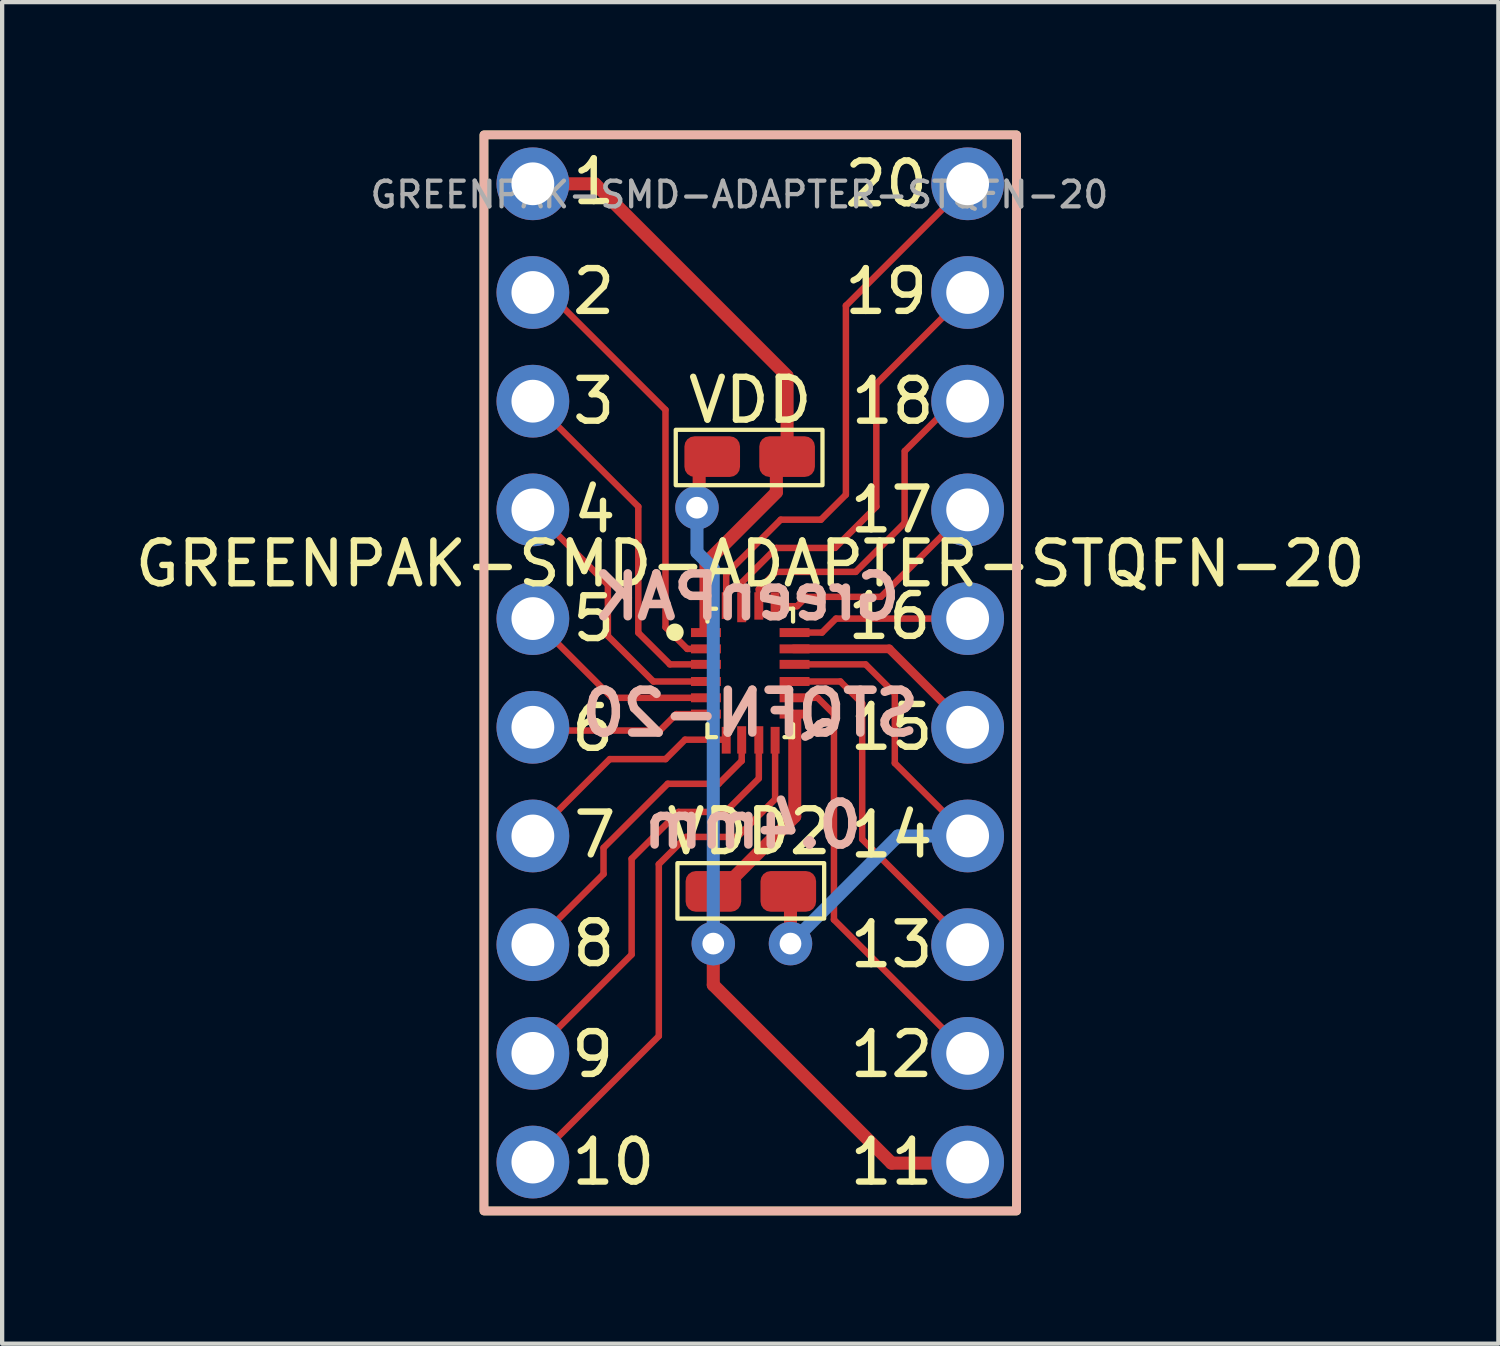
<source format=kicad_pcb>
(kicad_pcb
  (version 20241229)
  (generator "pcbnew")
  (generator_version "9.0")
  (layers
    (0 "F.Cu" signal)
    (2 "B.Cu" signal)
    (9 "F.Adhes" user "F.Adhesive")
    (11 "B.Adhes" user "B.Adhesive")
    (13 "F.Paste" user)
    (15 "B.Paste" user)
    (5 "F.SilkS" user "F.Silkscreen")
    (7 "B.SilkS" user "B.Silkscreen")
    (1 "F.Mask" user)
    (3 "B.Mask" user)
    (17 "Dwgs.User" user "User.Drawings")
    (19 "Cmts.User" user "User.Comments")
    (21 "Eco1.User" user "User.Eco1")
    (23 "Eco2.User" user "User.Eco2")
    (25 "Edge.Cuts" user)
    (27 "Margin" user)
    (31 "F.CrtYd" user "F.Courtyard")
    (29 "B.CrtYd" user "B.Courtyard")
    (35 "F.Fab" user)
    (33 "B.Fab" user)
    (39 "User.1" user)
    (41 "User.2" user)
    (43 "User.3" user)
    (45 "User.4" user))
  (footprint "GREENPAK-SMD-ADAPTER-STQFN-20"
    (layer "F.Cu")
    (at 14.482 12.675)
    (property "Reference" "GREENPAK-SMD-ADAPTER-STQFN-20" (at 0 -2.55 0) (layer "F.SilkS") (effects (font (size 1 1) (thickness 0.15))))
    (attr smd)
    (fp_line (start -5.08 -11.43) (end -3.632 -11.43) (stroke (width 0.305) (type default)) (layer "F.Cu"))
    (fp_line (start -5.08 -6.35) (end -2.617 -3.887) (stroke (width 0.152) (type default)) (layer "F.Cu"))
    (fp_line (start -5.08 -3.81) (end -3.329 -2.059) (stroke (width 0.152) (type default)) (layer "F.Cu"))
    (fp_line (start -5.08 -1.27) (end -3.229 0.581) (stroke (width 0.152) (type default)) (layer "F.Cu"))
    (fp_line (start -5.08 3.81) (end -3.284 2.014) (stroke (width 0.152) (type default)) (layer "F.Cu"))
    (fp_line (start -5.08 11.43) (end -2.137 8.487) (stroke (width 0.152) (type default)) (layer "F.Cu"))
    (fp_line (start -3.63 -11.43) (end 0.86 -6.94) (stroke (width 0.305) (type default)) (layer "F.Cu"))
    (fp_line (start -3.429 4.089) (end -3.429 4.699) (stroke (width 0.152) (type default)) (layer "F.Cu"))
    (fp_line (start -3.427 4.697) (end -5.08 6.35) (stroke (width 0.152) (type default)) (layer "F.Cu"))
    (fp_line (start -3.327 -0.864) (end -3.327 -2.057) (stroke (width 0.152) (type default)) (layer "F.Cu"))
    (fp_line (start -2.772 4.343) (end -2.772 6.579) (stroke (width 0.152) (type default)) (layer "F.Cu"))
    (fp_line (start -2.772 6.582) (end -5.08 8.89) (stroke (width 0.152) (type default)) (layer "F.Cu"))
    (fp_line (start -2.616 -0.94) (end -2.616 -3.886) (stroke (width 0.152) (type default)) (layer "F.Cu"))
    (fp_line (start -2.263 0.201) (end -3.328 -0.865) (stroke (width 0.152) (type default)) (layer "F.Cu"))
    (fp_line (start -2.137 4.47) (end -2.137 8.484) (stroke (width 0.152) (type default)) (layer "F.Cu"))
    (fp_line (start -2.111 1.346) (end -5.08 1.346) (stroke (width 0.152) (type default)) (layer "F.Cu"))
    (fp_line (start -1.982 -6.148) (end -4.79 -8.955) (stroke (width 0.152) (type default)) (layer "F.Cu"))
    (fp_line (start -1.981 -1.067) (end -1.981 -6.147) (stroke (width 0.152) (type default)) (layer "F.Cu"))
    (fp_line (start -1.978 2.014) (end -3.277 2.014) (stroke (width 0.152) (type default)) (layer "F.Cu"))
    (fp_line (start -1.928 2.589) (end -3.427 4.087) (stroke (width 0.152) (type default)) (layer "F.Cu"))
    (fp_line (start -1.877 -0.201) (end -2.613 -0.936) (stroke (width 0.152) (type default)) (layer "F.Cu"))
    (fp_line (start -1.727 0.962) (end -2.111 1.346) (stroke (width 0.152) (type default)) (layer "F.Cu"))
    (fp_line (start -1.676 3.248) (end -2.772 4.343) (stroke (width 0.152) (type default)) (layer "F.Cu"))
    (fp_line (start -1.524 1.56) (end -1.978 2.014) (stroke (width 0.152) (type default)) (layer "F.Cu"))
    (fp_line (start -1.499 3.832) (end -2.137 4.47) (stroke (width 0.152) (type default)) (layer "F.Cu"))
    (fp_line (start -1.473 -0.562) (end -1.979 -1.068) (stroke (width 0.152) (type default)) (layer "F.Cu"))
    (fp_line (start -1.194 -3.892) (end -1.194 -5.049) (stroke (width 0.305) (type default)) (layer "F.Cu"))
    (fp_line (start -1.04 0.962) (end -1.727 0.962) (stroke (width 0.152) (type default)) (layer "F.Cu"))
    (fp_line (start -1.035 -1.016) (end -1.035 -2.565) (stroke (width 0.305) (type default)) (layer "F.Cu"))
    (fp_line (start -1.032 -2.575) (end 0.612 -4.219) (stroke (width 0.305) (type default)) (layer "F.Cu"))
    (fp_line (start -1.015 -0.562) (end -1.473 -0.562) (stroke (width 0.152) (type default)) (layer "F.Cu"))
    (fp_line (start -1.015 -0.2) (end -1.88 -0.2) (stroke (width 0.152) (type default)) (layer "F.Cu"))
    (fp_line (start -1.015 0.2) (end -2.261 0.2) (stroke (width 0.152) (type default)) (layer "F.Cu"))
    (fp_line (start -1.015 0.581) (end -3.226 0.581) (stroke (width 0.152) (type default)) (layer "F.Cu"))
    (fp_line (start -0.864 5.258) (end -0.864 6.68) (stroke (width 0.305) (type default)) (layer "F.Cu"))
    (fp_line (start -0.864 6.325) (end -0.864 7.29) (stroke (width 0.305) (type default)) (layer "F.Cu"))
    (fp_line (start -0.864 7.29) (end 3.302 11.455) (stroke (width 0.305) (type default)) (layer "F.Cu"))
    (fp_line (start -0.737 2.591) (end -1.93 2.591) (stroke (width 0.152) (type default)) (layer "F.Cu"))
    (fp_line (start -0.584 3.248) (end -1.676 3.248) (stroke (width 0.152) (type default)) (layer "F.Cu"))
    (fp_line (start -0.562 -1.535) (end -0.562 -2.311) (stroke (width 0.152) (type default)) (layer "F.Cu"))
    (fp_line (start -0.562 1.56) (end -1.524 1.56) (stroke (width 0.152) (type default)) (layer "F.Cu"))
    (fp_line (start -0.562 -2.309) (end 0.711 -3.581) (stroke (width 0.152) (type default)) (layer "F.Cu"))
    (fp_line (start -0.305 3.832) (end -1.499 3.832) (stroke (width 0.152) (type default)) (layer "F.Cu"))
    (fp_line (start -0.2 -1.535) (end -0.2 -2.108) (stroke (width 0.152) (type default)) (layer "F.Cu"))
    (fp_line (start -0.2 1.535) (end -0.2 2.057) (stroke (width 0.152) (type default)) (layer "F.Cu"))
    (fp_line (start -0.199 2.053) (end -0.738 2.592) (stroke (width 0.152) (type default)) (layer "F.Cu"))
    (fp_line (start -0.197 -2.114) (end 0.61 -2.921) (stroke (width 0.152) (type default)) (layer "F.Cu"))
    (fp_line (start 0.198 2.469) (end -0.581 3.248) (stroke (width 0.152) (type default)) (layer "F.Cu"))
    (fp_line (start 0.198 -1.956) (end 0.604 -2.362) (stroke (width 0.152) (type default)) (layer "F.Cu"))
    (fp_line (start 0.2 -1.535) (end 0.2 -1.956) (stroke (width 0.152) (type default)) (layer "F.Cu"))
    (fp_line (start 0.2 1.535) (end 0.2 2.464) (stroke (width 0.152) (type default)) (layer "F.Cu"))
    (fp_line (start 0.581 -1.56) (end 1.092 -1.56) (stroke (width 0.152) (type default)) (layer "F.Cu"))
    (fp_line (start 0.581 1.56) (end 0.581 2.946) (stroke (width 0.152) (type default)) (layer "F.Cu"))
    (fp_line (start 0.581 2.95) (end -0.301 3.831) (stroke (width 0.152) (type default)) (layer "F.Cu"))
    (fp_line (start 0.61 -4.229) (end 0.61 -4.915) (stroke (width 0.305) (type default)) (layer "F.Cu"))
    (fp_line (start 0.61 -2.362) (end 2.464 -2.362) (stroke (width 0.152) (type default)) (layer "F.Cu"))
    (fp_line (start 0.861 -6.934) (end 0.861 -5.055) (stroke (width 0.305) (type default)) (layer "F.Cu"))
    (fp_line (start 0.94 4.902) (end 0.94 6.325) (stroke (width 0.305) (type default)) (layer "F.Cu"))
    (fp_line (start 1.015 -0.562) (end 3.251 -0.562) (stroke (width 0.203) (type default)) (layer "F.Cu"))
    (fp_line (start 1.015 -0.2) (end 2.692 -0.2) (stroke (width 0.152) (type default)) (layer "F.Cu"))
    (fp_line (start 1.015 0.2) (end 2.108 0.2) (stroke (width 0.152) (type default)) (layer "F.Cu"))
    (fp_line (start 1.015 0.581) (end 1.575 0.581) (stroke (width 0.152) (type default)) (layer "F.Cu"))
    (fp_line (start 1.035 -0.943) (end 1.676 -0.943) (stroke (width 0.152) (type default)) (layer "F.Cu"))
    (fp_line (start 1.038 3.356) (end -0.863 5.257) (stroke (width 0.305) (type default)) (layer "F.Cu"))
    (fp_line (start 1.04 1.027) (end 1.04 3.353) (stroke (width 0.305) (type default)) (layer "F.Cu"))
    (fp_line (start 1.092 -1.557) (end 1.315 -1.779) (stroke (width 0.152) (type default)) (layer "F.Cu"))
    (fp_line (start 1.321 -1.778) (end 3.048 -1.778) (stroke (width 0.152) (type default)) (layer "F.Cu"))
    (fp_line (start 1.575 0.581) (end 1.954 0.96) (stroke (width 0.152) (type default)) (layer "F.Cu"))
    (fp_line (start 1.651 -3.581) (end 2.232 -4.162) (stroke (width 0.152) (type default)) (layer "F.Cu"))
    (fp_line (start 1.651 -3.581) (end 0.711 -3.581) (stroke (width 0.152) (type default)) (layer "F.Cu"))
    (fp_line (start 1.676 -0.943) (end 2.003 -1.27) (stroke (width 0.152) (type default)) (layer "F.Cu"))
    (fp_line (start 1.956 0.965) (end 1.956 5.766) (stroke (width 0.152) (type default)) (layer "F.Cu"))
    (fp_line (start 1.981 -2.921) (end 0.61 -2.921) (stroke (width 0.152) (type default)) (layer "F.Cu"))
    (fp_line (start 1.984 -2.924) (end 2.946 -3.886) (stroke (width 0.152) (type default)) (layer "F.Cu"))
    (fp_line (start 2.007 -1.27) (end 5.08 -1.27) (stroke (width 0.152) (type default)) (layer "F.Cu"))
    (fp_line (start 2.105 0.2) (end 2.615 0.71) (stroke (width 0.152) (type default)) (layer "F.Cu"))
    (fp_line (start 2.235 -4.166) (end 2.235 -8.585) (stroke (width 0.152) (type default)) (layer "F.Cu"))
    (fp_line (start 2.464 -2.362) (end 3.607 -3.506) (stroke (width 0.152) (type default)) (layer "F.Cu"))
    (fp_line (start 2.616 0.711) (end 2.616 3.886) (stroke (width 0.152) (type default)) (layer "F.Cu"))
    (fp_line (start 2.698 -0.198) (end 3.379 0.483) (stroke (width 0.152) (type default)) (layer "F.Cu"))
    (fp_line (start 2.946 -3.886) (end 2.946 -6.756) (stroke (width 0.152) (type default)) (layer "F.Cu"))
    (fp_line (start 3.246 -0.564) (end 5.08 1.27) (stroke (width 0.203) (type default)) (layer "F.Cu"))
    (fp_line (start 3.302 11.455) (end 5.08 11.455) (stroke (width 0.305) (type default)) (layer "F.Cu"))
    (fp_line (start 3.378 0.483) (end 3.378 2.108) (stroke (width 0.152) (type default)) (layer "F.Cu"))
    (fp_line (start 3.378 2.108) (end 5.08 3.81) (stroke (width 0.152) (type default)) (layer "F.Cu"))
    (fp_line (start 3.607 -3.505) (end 3.607 -5.182) (stroke (width 0.152) (type default)) (layer "F.Cu"))
    (fp_line (start 3.615 -5.189) (end 5.08 -6.655) (stroke (width 0.152) (type default)) (layer "F.Cu"))
    (fp_line (start 5.08 -11.425) (end 2.235 -8.58) (stroke (width 0.152) (type default)) (layer "F.Cu"))
    (fp_line (start 5.08 -8.89) (end 2.95 -6.76) (stroke (width 0.152) (type default)) (layer "F.Cu"))
    (fp_line (start 5.08 -3.805) (end 3.054 -1.779) (stroke (width 0.152) (type default)) (layer "F.Cu"))
    (fp_line (start 5.08 6.35) (end 2.621 3.891) (stroke (width 0.152) (type default)) (layer "F.Cu"))
    (fp_line (start 5.08 8.89) (end 1.954 5.764) (stroke (width 0.152) (type default)) (layer "F.Cu"))
    (fp_line (start -1.245 -3.861) (end -1.245 -2.819) (stroke (width 0.305) (type default)) (layer "B.Cu"))
    (fp_line (start -1.245 -2.819) (end -0.867 -2.442) (stroke (width 0.305) (type default)) (layer "B.Cu"))
    (fp_line (start -0.864 6.68) (end -0.864 -2.438) (stroke (width 0.305) (type default)) (layer "B.Cu"))
    (fp_line (start 0.94 6.325) (end 3.454 3.81) (stroke (width 0.305) (type default)) (layer "B.Cu"))
    (fp_line (start 5.08 3.81) (end 3.454 3.81) (stroke (width 0.305) (type default)) (layer "B.Cu"))
    (fp_line (start -1 -1.5) (end -1 -1.2) (stroke (width 0.1) (type default)) (layer "F.SilkS"))
    (fp_line (start -1 -1.5) (end -0.8 -1.5) (stroke (width 0.1) (type default)) (layer "F.SilkS"))
    (fp_line (start -1 1.2) (end -1 1.5) (stroke (width 0.1) (type default)) (layer "F.SilkS"))
    (fp_line (start -1 1.5) (end -0.8 1.5) (stroke (width 0.1) (type default)) (layer "F.SilkS"))
    (fp_line (start 0.8 -1.5) (end 1 -1.5) (stroke (width 0.1) (type default)) (layer "F.SilkS"))
    (fp_line (start 0.8 1.5) (end 1 1.5) (stroke (width 0.1) (type default)) (layer "F.SilkS"))
    (fp_line (start 1 -1.5) (end 1 -1.2) (stroke (width 0.1) (type default)) (layer "F.SilkS"))
    (fp_line (start 1 1.5) (end 1 1.2) (stroke (width 0.1) (type default)) (layer "F.SilkS"))
    (fp_rect (start -6.223 -12.573) (end 6.223 12.573) (stroke (width 0.203) (type solid)) (fill no) (layer "F.SilkS"))
    (fp_rect (start 1.688 -4.387) (end -1.741 -5.682) (stroke (width 0.1) (type default)) (fill no) (layer "F.SilkS"))
    (fp_rect (start 1.727 5.74) (end -1.702 4.445) (stroke (width 0.1) (type default)) (fill no) (layer "F.SilkS"))
    (fp_circle (center -1.76 -0.95) (end -1.56 -0.95) (stroke (width 0.01) (type solid)) (fill yes) (layer "F.SilkS"))
    (fp_rect (start -6.223 -12.573) (end 6.223 12.573) (stroke (width 0.203) (type solid)) (fill no) (layer "B.SilkS"))
    (fp_text user "20" (at 3.175 -11.43 0) (unlocked yes) (layer "F.SilkS") (effects (font (size 1 1) (thickness 0.15))))
    (fp_text user "19" (at 3.175 -8.915 0) (unlocked yes) (layer "F.SilkS") (effects (font (size 1 1) (thickness 0.15))))
    (fp_text user "12" (at 3.302 8.915 0) (unlocked yes) (layer "F.SilkS") (effects (font (size 1 1) (thickness 0.15))))
    (fp_text user "VDD" (at 0 -6.375 0) (unlocked yes) (layer "F.SilkS") (effects (font (size 1 1) (thickness 0.15))))
    (fp_text user "17" (at 3.302 -3.81 0) (unlocked yes) (layer "F.SilkS") (effects (font (size 1 1) (thickness 0.15))))
    (fp_text user "10" (at -3.2 11.43 0) (unlocked yes) (layer "F.SilkS") (effects (font (size 1 1) (thickness 0.15))))
    (fp_text user "3" (at -3.658 -6.35 0) (unlocked yes) (layer "F.SilkS") (effects (font (size 1 1) (thickness 0.15))))
    (fp_text user "5" (at -3.658 -1.27 0) (unlocked yes) (layer "F.SilkS") (effects (font (size 1 1) (thickness 0.15))))
    (fp_text user "9" (at -3.683 8.915 0) (unlocked yes) (layer "F.SilkS") (effects (font (size 1 1) (thickness 0.15))))
    (fp_text user "VDD2" (at -0.025 3.708 0) (unlocked yes) (layer "F.SilkS") (effects (font (size 1 1) (thickness 0.15))))
    (fp_text user "14" (at 3.302 3.785 0) (unlocked yes) (layer "F.SilkS") (effects (font (size 1 1) (thickness 0.15))))
    (fp_text user "13" (at 3.302 6.35 0) (unlocked yes) (layer "F.SilkS") (effects (font (size 1 1) (thickness 0.15))))
    (fp_text user "7" (at -3.632 3.785 0) (unlocked yes) (layer "F.SilkS") (effects (font (size 1 1) (thickness 0.15))))
    (fp_text user "11" (at 3.302 11.43 0) (unlocked yes) (layer "F.SilkS") (effects (font (size 1 1) (thickness 0.15))))
    (fp_text user "18" (at 3.327 -6.35 0) (unlocked yes) (layer "F.SilkS") (effects (font (size 1 1) (thickness 0.15))))
    (fp_text user "6" (at -3.683 1.295 0) (unlocked yes) (layer "F.SilkS") (effects (font (size 1 1) (thickness 0.15))))
    (fp_text user "1" (at -3.658 -11.481 0) (unlocked yes) (layer "F.SilkS") (effects (font (size 1 1) (thickness 0.15))))
    (fp_text user "8" (at -3.658 6.325 0) (unlocked yes) (layer "F.SilkS") (effects (font (size 1 1) (thickness 0.15))))
    (fp_text user "15" (at 3.302 1.27 0) (unlocked yes) (layer "F.SilkS") (effects (font (size 1 1) (thickness 0.15))))
    (fp_text user "4" (at -3.632 -3.81 0) (unlocked yes) (layer "F.SilkS") (effects (font (size 1 1) (thickness 0.15))))
    (fp_text user "16" (at 3.251 -1.321 0) (unlocked yes) (layer "F.SilkS") (effects (font (size 1 1) (thickness 0.15))))
    (fp_text user "2" (at -3.658 -8.915 0) (unlocked yes) (layer "F.SilkS") (effects (font (size 1 1) (thickness 0.15))))
    (fp_text user "0.4mm" (at 0.051 3.556 0) (unlocked yes) (layer "B.SilkS") (effects (font (size 1 1) (thickness 0.2) (bold yes)) (justify mirror)))
    (fp_text user "STQFN-20" (at 0 0.94 0) (unlocked yes) (layer "B.SilkS") (effects (font (size 1 1) (thickness 0.2) (bold yes)) (justify mirror)))
    (fp_text user "GreenPAK" (at -0.076 -1.778 0) (unlocked yes) (layer "B.SilkS") (effects (font (size 1 1) (thickness 0.2) (bold yes)) (justify mirror)))
    (fp_text user "${REFERENCE}" (at -0.254 -11.176 0) (layer "F.Fab") (effects (font (size 0.6 0.6) (thickness 0.1))))
    (pad "1" thru_hole circle (at -5.08 -11.43) (size 1.7 1.7) (drill 1) (layers "*.Cu" "*.Mask"))
    (pad "1" smd rect (at -1.035 -0.943) (size 0.7 0.21) (layers "F.Cu" "F.Mask" "F.Paste"))
    (pad "1" smd roundrect (at 0.861 -5.055 180) (size 1.3 0.95) (layers "F.Cu" "F.Mask" "F.Paste") (roundrect_rratio 0.25))
    (pad "2" thru_hole circle (at -5.08 -8.89) (size 1.7 1.7) (drill 1) (layers "*.Cu" "*.Mask"))
    (pad "2" smd rect (at -1.035 -0.562) (size 0.7 0.21) (layers "F.Cu" "F.Mask" "F.Paste"))
    (pad "3" thru_hole circle (at -5.08 -6.35) (size 1.7 1.7) (drill 1) (layers "*.Cu" "*.Mask"))
    (pad "3" smd rect (at -1.035 -0.2) (size 0.7 0.21) (layers "F.Cu" "F.Mask" "F.Paste"))
    (pad "4" thru_hole circle (at -5.08 -3.81) (size 1.7 1.7) (drill 1) (layers "*.Cu" "*.Mask"))
    (pad "4" smd rect (at -1.035 0.2) (size 0.7 0.21) (layers "F.Cu" "F.Mask" "F.Paste"))
    (pad "5" thru_hole circle (at -5.08 -1.27) (size 1.7 1.7) (drill 1) (layers "*.Cu" "*.Mask"))
    (pad "5" smd rect (at -1.035 0.581) (size 0.7 0.21) (layers "F.Cu" "F.Mask" "F.Paste"))
    (pad "6" thru_hole circle (at -5.08 1.27) (size 1.7 1.7) (drill 1) (layers "*.Cu" "*.Mask"))
    (pad "6" smd rect (at -1.035 0.962) (size 0.7 0.21) (layers "F.Cu" "F.Mask" "F.Paste"))
    (pad "7" thru_hole circle (at -5.08 3.81) (size 1.7 1.7) (drill 1) (layers "*.Cu" "*.Mask"))
    (pad "7" smd rect (at -0.562 1.573 90) (size 0.625 0.21) (layers "F.Cu" "F.Mask" "F.Paste"))
    (pad "8" thru_hole circle (at -5.08 6.35) (size 1.7 1.7) (drill 1) (layers "*.Cu" "*.Mask"))
    (pad "8" smd rect (at -0.2 1.565 90) (size 0.64 0.21) (layers "F.Cu" "F.Mask" "F.Paste"))
    (pad "9" thru_hole circle (at -5.08 8.89) (size 1.7 1.7) (drill 1) (layers "*.Cu" "*.Mask"))
    (pad "9" smd rect (at 0.2 1.565 90) (size 0.64 0.21) (layers "F.Cu" "F.Mask" "F.Paste"))
    (pad "10" thru_hole circle (at -5.08 11.43) (size 1.7 1.7) (drill 1) (layers "*.Cu" "*.Mask"))
    (pad "10" smd rect (at 0.581 1.573 90) (size 0.625 0.21) (layers "F.Cu" "F.Mask" "F.Paste"))
    (pad "11" thru_hole circle (at -1.245 -3.861 180) (size 1.016 1.016) (drill 0.508) (layers "*.Cu"))
    (pad "11" smd roundrect (at -0.889 -5.055 180) (size 1.3 0.95) (layers "F.Cu" "F.Mask" "F.Paste") (roundrect_rratio 0.25))
    (pad "11" thru_hole circle (at -0.864 6.325 180) (size 1.016 1.016) (drill 0.508) (layers "*.Cu"))
    (pad "11" smd roundrect (at -0.861 5.105 180) (size 1.3 0.95) (layers "F.Cu" "F.Mask" "F.Paste") (roundrect_rratio 0.25))
    (pad "11" smd rect (at 1.035 0.962) (size 0.7 0.21) (layers "F.Cu" "F.Mask" "F.Paste"))
    (pad "11" thru_hole circle (at 5.08 11.43) (size 1.7 1.7) (drill 1) (layers "*.Cu" "*.Mask"))
    (pad "12" smd rect (at 1.035 0.581) (size 0.7 0.21) (layers "F.Cu" "F.Mask" "F.Paste"))
    (pad "12" thru_hole circle (at 5.08 8.89) (size 1.7 1.7) (drill 1) (layers "*.Cu" "*.Mask"))
    (pad "13" smd rect (at 1.035 0.2) (size 0.7 0.21) (layers "F.Cu" "F.Mask" "F.Paste"))
    (pad "13" thru_hole circle (at 5.08 6.35) (size 1.7 1.7) (drill 1) (layers "*.Cu" "*.Mask"))
    (pad "14" smd roundrect (at 0.889 5.105 180) (size 1.3 0.95) (layers "F.Cu" "F.Mask" "F.Paste") (roundrect_rratio 0.25))
    (pad "14" thru_hole circle (at 0.94 6.325 180) (size 1.016 1.016) (drill 0.508) (layers "*.Cu"))
    (pad "14" smd rect (at 1.035 -0.2) (size 0.7 0.21) (layers "F.Cu" "F.Mask" "F.Paste"))
    (pad "14" thru_hole circle (at 5.08 3.81) (size 1.7 1.7) (drill 1) (layers "*.Cu" "*.Mask"))
    (pad "15" smd rect (at 1.035 -0.562) (size 0.7 0.21) (layers "F.Cu" "F.Mask" "F.Paste"))
    (pad "15" thru_hole circle (at 5.08 1.27) (size 1.7 1.7) (drill 1) (layers "*.Cu" "*.Mask"))
    (pad "16" smd rect (at 1.035 -0.943) (size 0.7 0.21) (layers "F.Cu" "F.Mask" "F.Paste"))
    (pad "16" thru_hole circle (at 5.08 -1.27) (size 1.7 1.7) (drill 1) (layers "*.Cu" "*.Mask"))
    (pad "17" smd rect (at 0.581 -1.573 90) (size 0.625 0.21) (layers "F.Cu" "F.Mask" "F.Paste"))
    (pad "17" thru_hole circle (at 5.08 -3.81) (size 1.7 1.7) (drill 1) (layers "*.Cu" "*.Mask"))
    (pad "18" smd rect (at 0.2 -1.565 90) (size 0.64 0.21) (layers "F.Cu" "F.Mask" "F.Paste"))
    (pad "18" thru_hole circle (at 5.08 -6.35) (size 1.7 1.7) (drill 1) (layers "*.Cu" "*.Mask"))
    (pad "19" smd rect (at -0.2 -1.535 90) (size 0.7 0.21) (layers "F.Cu" "F.Mask" "F.Paste"))
    (pad "19" thru_hole circle (at 5.08 -8.89) (size 1.7 1.7) (drill 1) (layers "*.Cu" "*.Mask"))
    (pad "20" smd rect (at -0.562 -1.573 90) (size 0.625 0.21) (layers "F.Cu" "F.Mask" "F.Paste"))
    (pad "20" thru_hole circle (at 5.08 -11.43) (size 1.7 1.7) (drill 1) (layers "*.Cu" "*.Mask")))
  (gr_rect
    (start -3 -3)
    (end 31.964 28.349)
    (stroke (width 0.1) (type default))
    (fill no)
    (layer "Edge.Cuts")))
</source>
